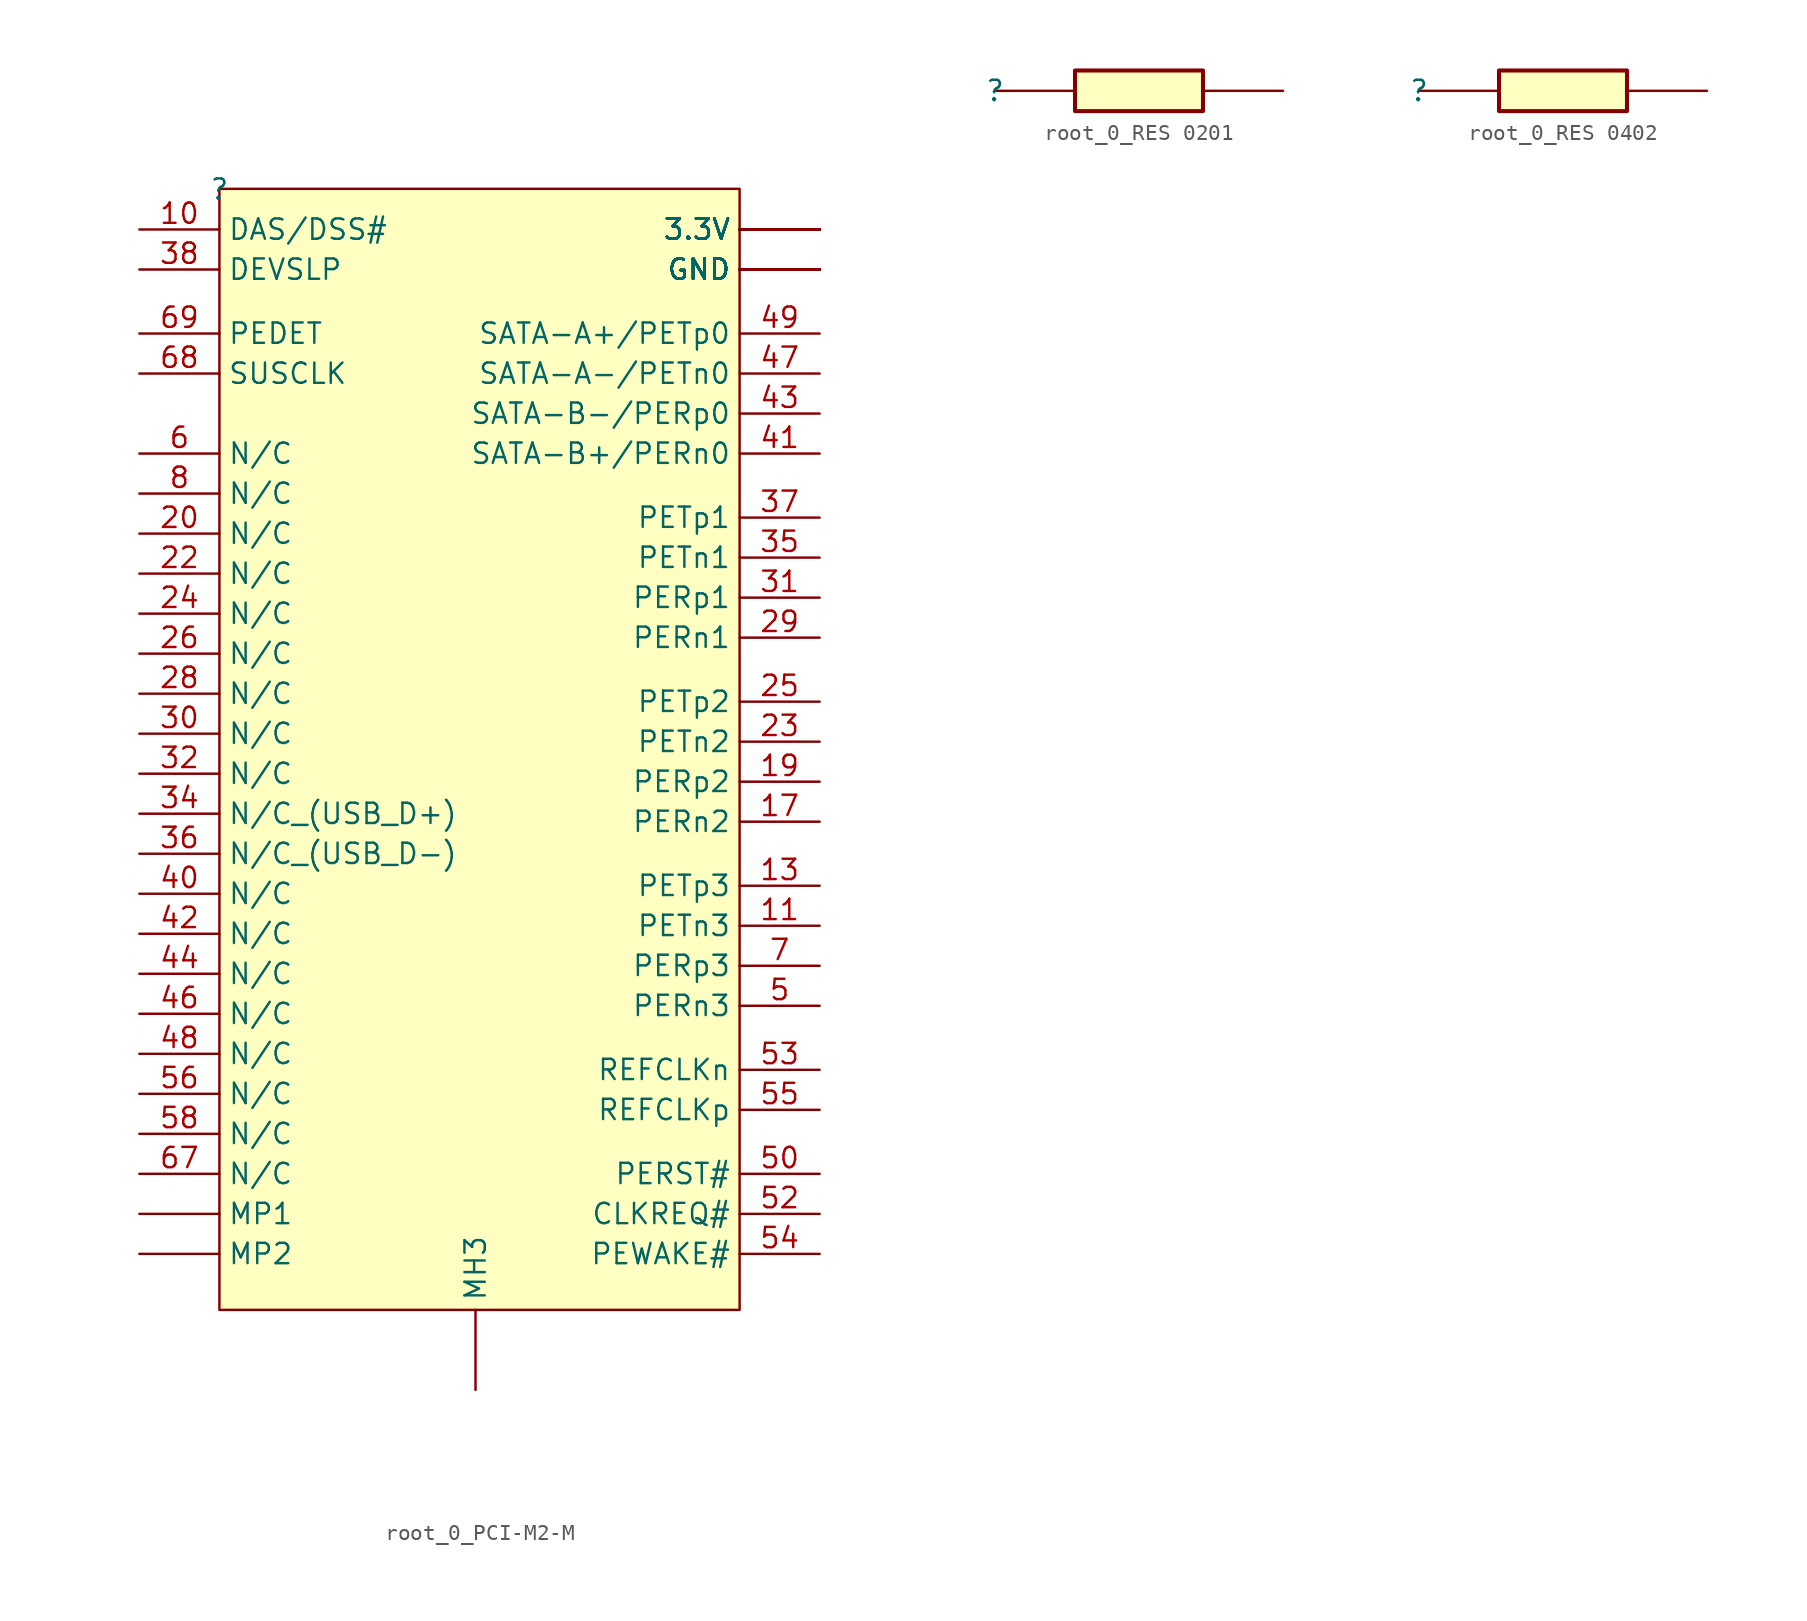
<source format=kicad_sym>
(kicad_symbol_lib
  (version 20220914)
  (generator kicad_symbol_editor)
  (symbol "root_0_PCI-M2-M"
    (property "Reference" ""
      (at 0 0 0)
      (effects (font (size 1.27 1.27))))
    (property "Value" ""
      (at 0 0 0)
      (effects (font (size 1.27 1.27))))
    (symbol "root_0_PCI-M2-M_1_0"
      (rectangle (start 32.5 0.04) (end 0 -70) (stroke (width 0) (type solid)) (fill (type background)))
      (pin power_in line (at 37.5 -5 180) (length 5) (name "GND" (effects (font (size 1.27 1.27)))) (number "1" (effects (font (size 0 0)))))
      (pin passive line (at -5 -2.5 0) (length 5) (name "DAS/DSS#" (effects (font (size 1.27 1.27)))) (number "10" (effects (font (size 1.27 1.27)))))
      (pin input line (at 37.5 -46 180) (length 5) (name "PETn3" (effects (font (size 1.27 1.27)))) (number "11" (effects (font (size 1.27 1.27)))))
      (pin passive line (at 37.499 -2.5 180) (length 5) (name "3.3V" (effects (font (size 1.27 1.27)))) (number "12" (effects (font (size 0 0)))))
      (pin input line (at 37.5 -43.5 180) (length 5) (name "PETp3" (effects (font (size 1.27 1.27)))) (number "13" (effects (font (size 1.27 1.27)))))
      (pin passive line (at 37.499 -2.5 180) (length 5) (name "3.3V" (effects (font (size 1.27 1.27)))) (number "14" (effects (font (size 0 0)))))
      (pin power_in line (at 37.5 -5 180) (length 5) (name "GND" (effects (font (size 1.27 1.27)))) (number "15" (effects (font (size 0 0)))))
      (pin passive line (at 37.499 -2.5 180) (length 5) (name "3.3V" (effects (font (size 1.27 1.27)))) (number "16" (effects (font (size 0 0)))))
      (pin output line (at 37.5 -39.5 180) (length 5) (name "PERn2" (effects (font (size 1.27 1.27)))) (number "17" (effects (font (size 1.27 1.27)))))
      (pin passive line (at 37.499 -2.5 180) (length 5) (name "3.3V" (effects (font (size 1.27 1.27)))) (number "18" (effects (font (size 0 0)))))
      (pin output line (at 37.5 -37 180) (length 5) (name "PERp2" (effects (font (size 1.27 1.27)))) (number "19" (effects (font (size 1.27 1.27)))))
      (pin passive line (at 37.499 -2.5 180) (length 5) (name "3.3V" (effects (font (size 1.27 1.27)))) (number "2" (effects (font (size 0 0)))))
      (pin passive line (at -5 -21.5 0) (length 5) (name "N/C" (effects (font (size 1.27 1.27)))) (number "20" (effects (font (size 1.27 1.27)))))
      (pin power_in line (at 37.5 -5 180) (length 5) (name "GND" (effects (font (size 1.27 1.27)))) (number "21" (effects (font (size 0 0)))))
      (pin passive line (at -5 -24 0) (length 5) (name "N/C" (effects (font (size 1.27 1.27)))) (number "22" (effects (font (size 1.27 1.27)))))
      (pin input line (at 37.5 -34.5 180) (length 5) (name "PETn2" (effects (font (size 1.27 1.27)))) (number "23" (effects (font (size 1.27 1.27)))))
      (pin passive line (at -5 -26.5 0) (length 5) (name "N/C" (effects (font (size 1.27 1.27)))) (number "24" (effects (font (size 1.27 1.27)))))
      (pin input line (at 37.5 -32 180) (length 5) (name "PETp2" (effects (font (size 1.27 1.27)))) (number "25" (effects (font (size 1.27 1.27)))))
      (pin passive line (at -5 -29 0) (length 5) (name "N/C" (effects (font (size 1.27 1.27)))) (number "26" (effects (font (size 1.27 1.27)))))
      (pin power_in line (at 37.5 -5 180) (length 5) (name "GND" (effects (font (size 1.27 1.27)))) (number "27" (effects (font (size 0 0)))))
      (pin passive line (at -5 -31.5 0) (length 5) (name "N/C" (effects (font (size 1.27 1.27)))) (number "28" (effects (font (size 1.27 1.27)))))
      (pin output line (at 37.5 -28 180) (length 5) (name "PERn1" (effects (font (size 1.27 1.27)))) (number "29" (effects (font (size 1.27 1.27)))))
      (pin power_in line (at 37.5 -5 180) (length 5) (name "GND" (effects (font (size 1.27 1.27)))) (number "3" (effects (font (size 0 0)))))
      (pin passive line (at -5 -34 0) (length 5) (name "N/C" (effects (font (size 1.27 1.27)))) (number "30" (effects (font (size 1.27 1.27)))))
      (pin output line (at 37.5 -25.5 180) (length 5) (name "PERp1" (effects (font (size 1.27 1.27)))) (number "31" (effects (font (size 1.27 1.27)))))
      (pin passive line (at -5 -36.5 0) (length 5) (name "N/C" (effects (font (size 1.27 1.27)))) (number "32" (effects (font (size 1.27 1.27)))))
      (pin power_in line (at 37.5 -5 180) (length 5) (name "GND" (effects (font (size 1.27 1.27)))) (number "33" (effects (font (size 0 0)))))
      (pin passive line (at -5 -39 0) (length 5) (name "N/C_(USB_D+)" (effects (font (size 1.27 1.27)))) (number "34" (effects (font (size 1.27 1.27)))))
      (pin input line (at 37.5 -23 180) (length 5) (name "PETn1" (effects (font (size 1.27 1.27)))) (number "35" (effects (font (size 1.27 1.27)))))
      (pin passive line (at -5 -41.5 0) (length 5) (name "N/C_(USB_D-)" (effects (font (size 1.27 1.27)))) (number "36" (effects (font (size 1.27 1.27)))))
      (pin input line (at 37.5 -20.5 180) (length 5) (name "PETp1" (effects (font (size 1.27 1.27)))) (number "37" (effects (font (size 1.27 1.27)))))
      (pin passive line (at -5 -5 0) (length 5) (name "DEVSLP" (effects (font (size 1.27 1.27)))) (number "38" (effects (font (size 1.27 1.27)))))
      (pin power_in line (at 37.5 -5 180) (length 5) (name "GND" (effects (font (size 1.27 1.27)))) (number "39" (effects (font (size 0 0)))))
      (pin passive line (at 37.499 -2.5 180) (length 5) (name "3.3V" (effects (font (size 1.27 1.27)))) (number "4" (effects (font (size 0 0)))))
      (pin passive line (at -5 -44 0) (length 5) (name "N/C" (effects (font (size 1.27 1.27)))) (number "40" (effects (font (size 1.27 1.27)))))
      (pin output line (at 37.5 -16.5 180) (length 5) (name "SATA-B+/PERn0" (effects (font (size 1.27 1.27)))) (number "41" (effects (font (size 1.27 1.27)))))
      (pin passive line (at -5 -46.5 0) (length 5) (name "N/C" (effects (font (size 1.27 1.27)))) (number "42" (effects (font (size 1.27 1.27)))))
      (pin output line (at 37.5 -14 180) (length 5) (name "SATA-B-/PERp0" (effects (font (size 1.27 1.27)))) (number "43" (effects (font (size 1.27 1.27)))))
      (pin passive line (at -5 -49 0) (length 5) (name "N/C" (effects (font (size 1.27 1.27)))) (number "44" (effects (font (size 1.27 1.27)))))
      (pin power_in line (at 37.5 -5 180) (length 5) (name "GND" (effects (font (size 1.27 1.27)))) (number "45" (effects (font (size 0 0)))))
      (pin passive line (at -5 -51.5 0) (length 5) (name "N/C" (effects (font (size 1.27 1.27)))) (number "46" (effects (font (size 1.27 1.27)))))
      (pin input line (at 37.5 -11.5 180) (length 5) (name "SATA-A-/PETn0" (effects (font (size 1.27 1.27)))) (number "47" (effects (font (size 1.27 1.27)))))
      (pin passive line (at -5 -54 0) (length 5) (name "N/C" (effects (font (size 1.27 1.27)))) (number "48" (effects (font (size 1.27 1.27)))))
      (pin input line (at 37.5 -9 180) (length 5) (name "SATA-A+/PETp0" (effects (font (size 1.27 1.27)))) (number "49" (effects (font (size 1.27 1.27)))))
      (pin output line (at 37.5 -51 180) (length 5) (name "PERn3" (effects (font (size 1.27 1.27)))) (number "5" (effects (font (size 1.27 1.27)))))
      (pin input line (at 37.5 -61.5 180) (length 5) (name "PERST#" (effects (font (size 1.27 1.27)))) (number "50" (effects (font (size 1.27 1.27)))))
      (pin power_in line (at 37.5 -5 180) (length 5) (name "GND" (effects (font (size 1.27 1.27)))) (number "51" (effects (font (size 0 0)))))
      (pin passive line (at 37.5 -64 180) (length 5) (name "CLKREQ#" (effects (font (size 1.27 1.27)))) (number "52" (effects (font (size 1.27 1.27)))))
      (pin bidirectional line (at 37.5 -55 180) (length 5) (name "REFCLKn" (effects (font (size 1.27 1.27)))) (number "53" (effects (font (size 1.27 1.27)))))
      (pin input line (at 37.5 -66.5 180) (length 5) (name "PEWAKE#" (effects (font (size 1.27 1.27)))) (number "54" (effects (font (size 1.27 1.27)))))
      (pin bidirectional line (at 37.5 -57.5 180) (length 5) (name "REFCLKp" (effects (font (size 1.27 1.27)))) (number "55" (effects (font (size 1.27 1.27)))))
      (pin passive line (at -5 -56.5 0) (length 5) (name "N/C" (effects (font (size 1.27 1.27)))) (number "56" (effects (font (size 1.27 1.27)))))
      (pin power_in line (at 37.5 -5 180) (length 5) (name "GND" (effects (font (size 1.27 1.27)))) (number "57" (effects (font (size 0 0)))))
      (pin passive line (at -5 -59 0) (length 5) (name "N/C" (effects (font (size 1.27 1.27)))) (number "58" (effects (font (size 1.27 1.27)))))
      (pin passive line (at -5 -16.5 0) (length 5) (name "N/C" (effects (font (size 1.27 1.27)))) (number "6" (effects (font (size 1.27 1.27)))))
      (pin passive line (at -5 -61.5 0) (length 5) (name "N/C" (effects (font (size 1.27 1.27)))) (number "67" (effects (font (size 1.27 1.27)))))
      (pin input line (at -5 -11.5 0) (length 5) (name "SUSCLK" (effects (font (size 1.27 1.27)))) (number "68" (effects (font (size 1.27 1.27)))))
      (pin output line (at -5 -9 0) (length 5) (name "PEDET" (effects (font (size 1.27 1.27)))) (number "69" (effects (font (size 1.27 1.27)))))
      (pin output line (at 37.5 -48.5 180) (length 5) (name "PERp3" (effects (font (size 1.27 1.27)))) (number "7" (effects (font (size 1.27 1.27)))))
      (pin passive line (at 37.5 -2.5 180) (length 5) (name "3.3V" (effects (font (size 1.27 1.27)))) (number "70" (effects (font (size 0 0)))))
      (pin power_in line (at 37.5 -5 180) (length 5) (name "GND" (effects (font (size 1.27 1.27)))) (number "71" (effects (font (size 0 0)))))
      (pin passive line (at 37.5 -2.5 180) (length 5) (name "3.3V" (effects (font (size 1.27 1.27)))) (number "72" (effects (font (size 0 0)))))
      (pin power_in line (at 37.5 -5 180) (length 5) (name "GND" (effects (font (size 1.27 1.27)))) (number "73" (effects (font (size 0 0)))))
      (pin passive line (at 37.5 -2.5 180) (length 5) (name "3.3V" (effects (font (size 1.27 1.27)))) (number "74" (effects (font (size 0 0)))))
      (pin power_in line (at 37.5 -5 180) (length 5) (name "GND" (effects (font (size 1.27 1.27)))) (number "75" (effects (font (size 0 0)))))
      (pin passive line (at -5 -19 0) (length 5) (name "N/C" (effects (font (size 1.27 1.27)))) (number "8" (effects (font (size 1.27 1.27)))))
      (pin power_in line (at 37.5 -5 180) (length 5) (name "GND" (effects (font (size 1.27 1.27)))) (number "9" (effects (font (size 0 0)))))
      (pin passive line (at 16 -75 90) (length 5) (name "MH3" (effects (font (size 1.27 1.27)))) (number "MH3" (effects (font (size 0 0)))))
      (pin passive line (at -5 -64 0) (length 5) (name "MP1" (effects (font (size 1.27 1.27)))) (number "MP1" (effects (font (size 0 0)))))
      (pin passive line (at -5 -66.5 0) (length 5) (name "MP2" (effects (font (size 1.27 1.27)))) (number "MP2" (effects (font (size 0 0)))))))
  (symbol "root_0_RES 0201"
    (property "Reference" ""
      (at 0 0 0)
      (effects (font (size 1.27 1.27))))
    (property "Value" ""
      (at 0 0 0)
      (effects (font (size 1.27 1.27))))
    (symbol "root_0_RES 0201_1_0"
      (rectangle (start 13 1.27) (end 5 -1.27) (stroke (width 0.254) (type solid)) (fill (type background)))
      (pin passive line (at 0 0 0) (length 5) (name "1" (effects (font (size 0 0)))) (number "1" (effects (font (size 0 0)))))
      (pin passive line (at 18 0 180) (length 5) (name "2" (effects (font (size 0 0)))) (number "2" (effects (font (size 0 0)))))))
  (symbol "root_0_RES 0402"
    (property "Reference" ""
      (at 0 0 0)
      (effects (font (size 1.27 1.27))))
    (property "Value" ""
      (at 0 0 0)
      (effects (font (size 1.27 1.27))))
    (symbol "root_0_RES 0402_1_0"
      (rectangle (start 13 1.27) (end 5 -1.27) (stroke (width 0.254) (type solid)) (fill (type background)))
      (pin passive line (at 0 0 0) (length 5) (name "1" (effects (font (size 0 0)))) (number "1" (effects (font (size 0 0)))))
      (pin passive line (at 18 0 180) (length 5) (name "2" (effects (font (size 0 0)))) (number "2" (effects (font (size 0 0))))))))
</source>
